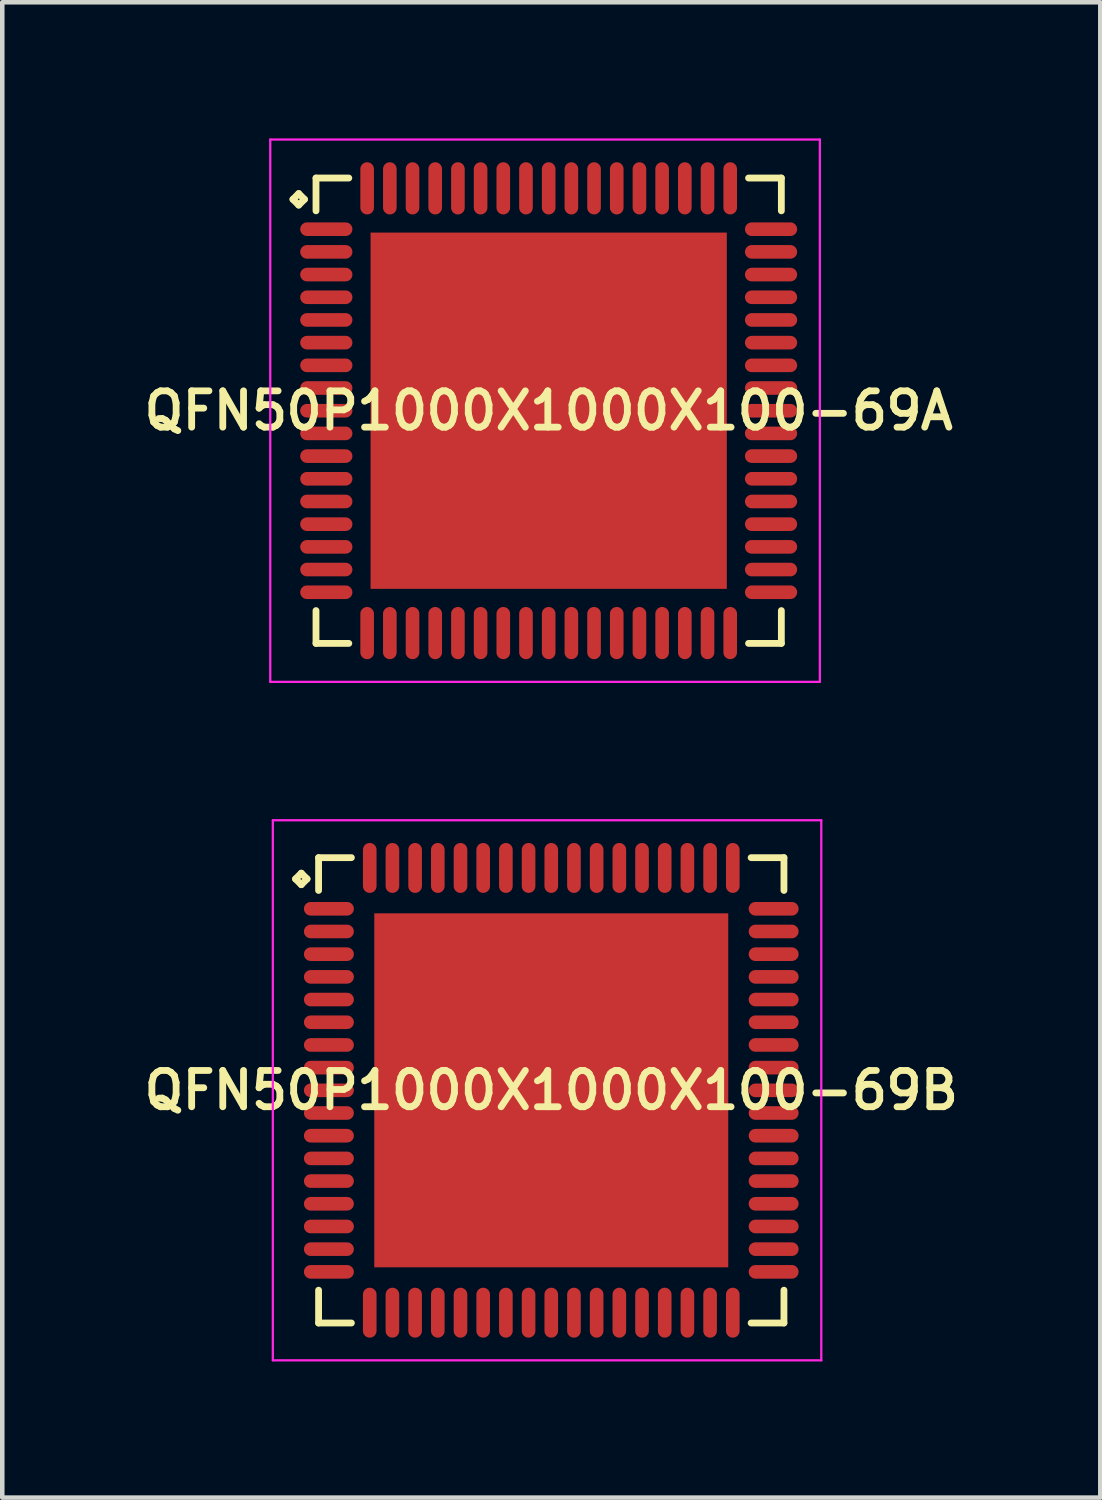
<source format=kicad_pcb>
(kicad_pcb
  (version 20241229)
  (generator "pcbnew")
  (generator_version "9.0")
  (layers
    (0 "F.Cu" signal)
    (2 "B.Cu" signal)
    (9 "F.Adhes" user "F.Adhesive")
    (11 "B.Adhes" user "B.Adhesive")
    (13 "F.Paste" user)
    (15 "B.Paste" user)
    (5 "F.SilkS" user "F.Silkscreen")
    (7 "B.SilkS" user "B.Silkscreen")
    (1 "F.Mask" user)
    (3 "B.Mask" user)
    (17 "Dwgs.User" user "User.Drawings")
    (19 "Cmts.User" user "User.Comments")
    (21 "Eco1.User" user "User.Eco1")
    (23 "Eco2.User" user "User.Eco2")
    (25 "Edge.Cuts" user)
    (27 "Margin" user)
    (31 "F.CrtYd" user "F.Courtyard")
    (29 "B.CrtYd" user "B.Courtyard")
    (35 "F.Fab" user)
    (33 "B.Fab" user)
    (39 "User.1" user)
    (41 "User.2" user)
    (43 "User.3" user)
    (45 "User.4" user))
  (footprint "QFN50P1000X1000X100-69A"
    (layer "F.Cu")
    (at 9.04 6)
    (property "Reference" "QFN50P1000X1000X100-69A" (at 0 0 0) (layer "F.SilkS") (effects (font (size 0.8 0.8) (thickness 0.15))))
    (attr smd)
    (fp_line (start -5.635 -4.658) (end -5.508 -4.785) (stroke (width 0.15) (type solid)) (layer "F.SilkS"))
    (fp_line (start -5.508 -4.785) (end -5.381 -4.658) (stroke (width 0.15) (type solid)) (layer "F.SilkS"))
    (fp_line (start -5.508 -4.531) (end -5.635 -4.658) (stroke (width 0.15) (type solid)) (layer "F.SilkS"))
    (fp_line (start -5.381 -4.658) (end -5.508 -4.531) (stroke (width 0.15) (type solid)) (layer "F.SilkS"))
    (fp_line (start -5.127 -5.127) (end -4.404 -5.127) (stroke (width 0.15) (type solid)) (layer "F.SilkS"))
    (fp_line (start -5.127 -4.404) (end -5.127 -5.127) (stroke (width 0.15) (type solid)) (layer "F.SilkS"))
    (fp_line (start -5.127 4.404) (end -5.127 5.127) (stroke (width 0.15) (type solid)) (layer "F.SilkS"))
    (fp_line (start -5.127 5.127) (end -4.404 5.127) (stroke (width 0.15) (type solid)) (layer "F.SilkS"))
    (fp_line (start 4.404 -5.127) (end 5.127 -5.127) (stroke (width 0.15) (type solid)) (layer "F.SilkS"))
    (fp_line (start 4.404 5.127) (end 5.127 5.127) (stroke (width 0.15) (type solid)) (layer "F.SilkS"))
    (fp_line (start 5.127 -5.127) (end 5.127 -4.404) (stroke (width 0.15) (type solid)) (layer "F.SilkS"))
    (fp_line (start 5.127 5.127) (end 5.127 4.404) (stroke (width 0.15) (type solid)) (layer "F.SilkS"))
    (fp_line (start -6.135 -5.975) (end 5.975 -5.975) (stroke (width 0.05) (type solid)) (layer "F.CrtYd"))
    (fp_line (start -6.135 5.975) (end -6.135 -5.975) (stroke (width 0.05) (type solid)) (layer "F.CrtYd"))
    (fp_line (start 5.975 -5.975) (end 5.975 5.975) (stroke (width 0.05) (type solid)) (layer "F.CrtYd"))
    (fp_line (start 5.975 5.975) (end -6.135 5.975) (stroke (width 0.05) (type solid)) (layer "F.CrtYd"))
    (pad "1" smd oval (at -4.9 -4) (size 1.15 0.3) (layers "F.Cu" "F.Mask" "F.Paste"))
    (pad "2" smd oval (at -4.9 -3.5) (size 1.15 0.3) (layers "F.Cu" "F.Mask" "F.Paste"))
    (pad "3" smd oval (at -4.9 -3) (size 1.15 0.3) (layers "F.Cu" "F.Mask" "F.Paste"))
    (pad "4" smd oval (at -4.9 -2.5) (size 1.15 0.3) (layers "F.Cu" "F.Mask" "F.Paste"))
    (pad "5" smd oval (at -4.9 -2) (size 1.15 0.3) (layers "F.Cu" "F.Mask" "F.Paste"))
    (pad "6" smd oval (at -4.9 -1.5) (size 1.15 0.3) (layers "F.Cu" "F.Mask" "F.Paste"))
    (pad "7" smd oval (at -4.9 -1) (size 1.15 0.3) (layers "F.Cu" "F.Mask" "F.Paste"))
    (pad "8" smd oval (at -4.9 -0.5) (size 1.15 0.3) (layers "F.Cu" "F.Mask" "F.Paste"))
    (pad "9" smd oval (at -4.9 0) (size 1.15 0.3) (layers "F.Cu" "F.Mask" "F.Paste"))
    (pad "10" smd oval (at -4.9 0.5) (size 1.15 0.3) (layers "F.Cu" "F.Mask" "F.Paste"))
    (pad "11" smd oval (at -4.9 1) (size 1.15 0.3) (layers "F.Cu" "F.Mask" "F.Paste"))
    (pad "12" smd oval (at -4.9 1.5) (size 1.15 0.3) (layers "F.Cu" "F.Mask" "F.Paste"))
    (pad "13" smd oval (at -4.9 2) (size 1.15 0.3) (layers "F.Cu" "F.Mask" "F.Paste"))
    (pad "14" smd oval (at -4.9 2.5) (size 1.15 0.3) (layers "F.Cu" "F.Mask" "F.Paste"))
    (pad "15" smd oval (at -4.9 3) (size 1.15 0.3) (layers "F.Cu" "F.Mask" "F.Paste"))
    (pad "16" smd oval (at -4.9 3.5) (size 1.15 0.3) (layers "F.Cu" "F.Mask" "F.Paste"))
    (pad "17" smd oval (at -4.9 4) (size 1.15 0.3) (layers "F.Cu" "F.Mask" "F.Paste"))
    (pad "18" smd oval (at -4 4.9) (size 0.3 1.15) (layers "F.Cu" "F.Mask" "F.Paste"))
    (pad "19" smd oval (at -3.5 4.9) (size 0.3 1.15) (layers "F.Cu" "F.Mask" "F.Paste"))
    (pad "20" smd oval (at -3 4.9) (size 0.3 1.15) (layers "F.Cu" "F.Mask" "F.Paste"))
    (pad "21" smd oval (at -2.5 4.9) (size 0.3 1.15) (layers "F.Cu" "F.Mask" "F.Paste"))
    (pad "22" smd oval (at -2 4.9) (size 0.3 1.15) (layers "F.Cu" "F.Mask" "F.Paste"))
    (pad "23" smd oval (at -1.5 4.9) (size 0.3 1.15) (layers "F.Cu" "F.Mask" "F.Paste"))
    (pad "24" smd oval (at -1 4.9) (size 0.3 1.15) (layers "F.Cu" "F.Mask" "F.Paste"))
    (pad "25" smd oval (at -0.5 4.9) (size 0.3 1.15) (layers "F.Cu" "F.Mask" "F.Paste"))
    (pad "26" smd oval (at 0 4.9) (size 0.3 1.15) (layers "F.Cu" "F.Mask" "F.Paste"))
    (pad "27" smd oval (at 0.5 4.9) (size 0.3 1.15) (layers "F.Cu" "F.Mask" "F.Paste"))
    (pad "28" smd oval (at 1 4.9) (size 0.3 1.15) (layers "F.Cu" "F.Mask" "F.Paste"))
    (pad "29" smd oval (at 1.5 4.9) (size 0.3 1.15) (layers "F.Cu" "F.Mask" "F.Paste"))
    (pad "30" smd oval (at 2 4.9) (size 0.3 1.15) (layers "F.Cu" "F.Mask" "F.Paste"))
    (pad "31" smd oval (at 2.5 4.9) (size 0.3 1.15) (layers "F.Cu" "F.Mask" "F.Paste"))
    (pad "32" smd oval (at 3 4.9) (size 0.3 1.15) (layers "F.Cu" "F.Mask" "F.Paste"))
    (pad "33" smd oval (at 3.5 4.9) (size 0.3 1.15) (layers "F.Cu" "F.Mask" "F.Paste"))
    (pad "34" smd oval (at 4 4.9) (size 0.3 1.15) (layers "F.Cu" "F.Mask" "F.Paste"))
    (pad "35" smd oval (at 4.9 4) (size 1.15 0.3) (layers "F.Cu" "F.Mask" "F.Paste"))
    (pad "36" smd oval (at 4.9 3.5) (size 1.15 0.3) (layers "F.Cu" "F.Mask" "F.Paste"))
    (pad "37" smd oval (at 4.9 3) (size 1.15 0.3) (layers "F.Cu" "F.Mask" "F.Paste"))
    (pad "38" smd oval (at 4.9 2.5) (size 1.15 0.3) (layers "F.Cu" "F.Mask" "F.Paste"))
    (pad "39" smd oval (at 4.9 2) (size 1.15 0.3) (layers "F.Cu" "F.Mask" "F.Paste"))
    (pad "40" smd oval (at 4.9 1.5) (size 1.15 0.3) (layers "F.Cu" "F.Mask" "F.Paste"))
    (pad "41" smd oval (at 4.9 1) (size 1.15 0.3) (layers "F.Cu" "F.Mask" "F.Paste"))
    (pad "42" smd oval (at 4.9 0.5) (size 1.15 0.3) (layers "F.Cu" "F.Mask" "F.Paste"))
    (pad "43" smd oval (at 4.9 0) (size 1.15 0.3) (layers "F.Cu" "F.Mask" "F.Paste"))
    (pad "44" smd oval (at 4.9 -0.5) (size 1.15 0.3) (layers "F.Cu" "F.Mask" "F.Paste"))
    (pad "45" smd oval (at 4.9 -1) (size 1.15 0.3) (layers "F.Cu" "F.Mask" "F.Paste"))
    (pad "46" smd oval (at 4.9 -1.5) (size 1.15 0.3) (layers "F.Cu" "F.Mask" "F.Paste"))
    (pad "47" smd oval (at 4.9 -2) (size 1.15 0.3) (layers "F.Cu" "F.Mask" "F.Paste"))
    (pad "48" smd oval (at 4.9 -2.5) (size 1.15 0.3) (layers "F.Cu" "F.Mask" "F.Paste"))
    (pad "49" smd oval (at 4.9 -3) (size 1.15 0.3) (layers "F.Cu" "F.Mask" "F.Paste"))
    (pad "50" smd oval (at 4.9 -3.5) (size 1.15 0.3) (layers "F.Cu" "F.Mask" "F.Paste"))
    (pad "51" smd oval (at 4.9 -4) (size 1.15 0.3) (layers "F.Cu" "F.Mask" "F.Paste"))
    (pad "52" smd oval (at 4 -4.9) (size 0.3 1.15) (layers "F.Cu" "F.Mask" "F.Paste"))
    (pad "53" smd oval (at 3.5 -4.9) (size 0.3 1.15) (layers "F.Cu" "F.Mask" "F.Paste"))
    (pad "54" smd oval (at 3 -4.9) (size 0.3 1.15) (layers "F.Cu" "F.Mask" "F.Paste"))
    (pad "55" smd oval (at 2.5 -4.9) (size 0.3 1.15) (layers "F.Cu" "F.Mask" "F.Paste"))
    (pad "56" smd oval (at 2 -4.9) (size 0.3 1.15) (layers "F.Cu" "F.Mask" "F.Paste"))
    (pad "57" smd oval (at 1.5 -4.9) (size 0.3 1.15) (layers "F.Cu" "F.Mask" "F.Paste"))
    (pad "58" smd oval (at 1 -4.9) (size 0.3 1.15) (layers "F.Cu" "F.Mask" "F.Paste"))
    (pad "59" smd oval (at 0.5 -4.9) (size 0.3 1.15) (layers "F.Cu" "F.Mask" "F.Paste"))
    (pad "60" smd oval (at 0 -4.9) (size 0.3 1.15) (layers "F.Cu" "F.Mask" "F.Paste"))
    (pad "61" smd oval (at -0.5 -4.9) (size 0.3 1.15) (layers "F.Cu" "F.Mask" "F.Paste"))
    (pad "62" smd oval (at -1 -4.9) (size 0.3 1.15) (layers "F.Cu" "F.Mask" "F.Paste"))
    (pad "63" smd oval (at -1.5 -4.9) (size 0.3 1.15) (layers "F.Cu" "F.Mask" "F.Paste"))
    (pad "64" smd oval (at -2 -4.9) (size 0.3 1.15) (layers "F.Cu" "F.Mask" "F.Paste"))
    (pad "65" smd oval (at -2.5 -4.9) (size 0.3 1.15) (layers "F.Cu" "F.Mask" "F.Paste"))
    (pad "66" smd oval (at -3 -4.9) (size 0.3 1.15) (layers "F.Cu" "F.Mask" "F.Paste"))
    (pad "67" smd oval (at -3.5 -4.9) (size 0.3 1.15) (layers "F.Cu" "F.Mask" "F.Paste"))
    (pad "68" smd oval (at -4 -4.9) (size 0.3 1.15) (layers "F.Cu" "F.Mask" "F.Paste"))
    (pad "69" smd rect (at 0 0) (size 7.85 7.85) (layers "F.Cu" "F.Mask" "F.Paste")))
  (footprint "QFN50P1000X1000X100-69B"
    (layer "F.Cu")
    (at 9.097 20.975)
    (property "Reference" "QFN50P1000X1000X100-69B" (at 0 0 0) (layer "F.SilkS") (effects (font (size 0.8 0.8) (thickness 0.15))))
    (attr smd)
    (fp_line (start -5.635 -4.658) (end -5.508 -4.785) (stroke (width 0.15) (type solid)) (layer "F.SilkS"))
    (fp_line (start -5.508 -4.785) (end -5.381 -4.658) (stroke (width 0.15) (type solid)) (layer "F.SilkS"))
    (fp_line (start -5.508 -4.531) (end -5.635 -4.658) (stroke (width 0.15) (type solid)) (layer "F.SilkS"))
    (fp_line (start -5.381 -4.658) (end -5.508 -4.531) (stroke (width 0.15) (type solid)) (layer "F.SilkS"))
    (fp_line (start -5.127 -5.127) (end -4.404 -5.127) (stroke (width 0.15) (type solid)) (layer "F.SilkS"))
    (fp_line (start -5.127 -4.404) (end -5.127 -5.127) (stroke (width 0.15) (type solid)) (layer "F.SilkS"))
    (fp_line (start -5.127 4.404) (end -5.127 5.127) (stroke (width 0.15) (type solid)) (layer "F.SilkS"))
    (fp_line (start -5.127 5.127) (end -4.404 5.127) (stroke (width 0.15) (type solid)) (layer "F.SilkS"))
    (fp_line (start 4.404 -5.127) (end 5.127 -5.127) (stroke (width 0.15) (type solid)) (layer "F.SilkS"))
    (fp_line (start 4.404 5.127) (end 5.127 5.127) (stroke (width 0.15) (type solid)) (layer "F.SilkS"))
    (fp_line (start 5.127 -5.127) (end 5.127 -4.404) (stroke (width 0.15) (type solid)) (layer "F.SilkS"))
    (fp_line (start 5.127 5.127) (end 5.127 4.404) (stroke (width 0.15) (type solid)) (layer "F.SilkS"))
    (fp_line (start -6.135 -5.95) (end 5.95 -5.95) (stroke (width 0.05) (type solid)) (layer "F.CrtYd"))
    (fp_line (start -6.135 5.95) (end -6.135 -5.95) (stroke (width 0.05) (type solid)) (layer "F.CrtYd"))
    (fp_line (start 5.95 -5.95) (end 5.95 5.95) (stroke (width 0.05) (type solid)) (layer "F.CrtYd"))
    (fp_line (start 5.95 5.95) (end -6.135 5.95) (stroke (width 0.05) (type solid)) (layer "F.CrtYd"))
    (pad "1" smd oval (at -4.9 -4) (size 1.1 0.3) (layers "F.Cu" "F.Mask" "F.Paste"))
    (pad "2" smd oval (at -4.9 -3.5) (size 1.1 0.3) (layers "F.Cu" "F.Mask" "F.Paste"))
    (pad "3" smd oval (at -4.9 -3) (size 1.1 0.3) (layers "F.Cu" "F.Mask" "F.Paste"))
    (pad "4" smd oval (at -4.9 -2.5) (size 1.1 0.3) (layers "F.Cu" "F.Mask" "F.Paste"))
    (pad "5" smd oval (at -4.9 -2) (size 1.1 0.3) (layers "F.Cu" "F.Mask" "F.Paste"))
    (pad "6" smd oval (at -4.9 -1.5) (size 1.1 0.3) (layers "F.Cu" "F.Mask" "F.Paste"))
    (pad "7" smd oval (at -4.9 -1) (size 1.1 0.3) (layers "F.Cu" "F.Mask" "F.Paste"))
    (pad "8" smd oval (at -4.9 -0.5) (size 1.1 0.3) (layers "F.Cu" "F.Mask" "F.Paste"))
    (pad "9" smd oval (at -4.9 0) (size 1.1 0.3) (layers "F.Cu" "F.Mask" "F.Paste"))
    (pad "10" smd oval (at -4.9 0.5) (size 1.1 0.3) (layers "F.Cu" "F.Mask" "F.Paste"))
    (pad "11" smd oval (at -4.9 1) (size 1.1 0.3) (layers "F.Cu" "F.Mask" "F.Paste"))
    (pad "12" smd oval (at -4.9 1.5) (size 1.1 0.3) (layers "F.Cu" "F.Mask" "F.Paste"))
    (pad "13" smd oval (at -4.9 2) (size 1.1 0.3) (layers "F.Cu" "F.Mask" "F.Paste"))
    (pad "14" smd oval (at -4.9 2.5) (size 1.1 0.3) (layers "F.Cu" "F.Mask" "F.Paste"))
    (pad "15" smd oval (at -4.9 3) (size 1.1 0.3) (layers "F.Cu" "F.Mask" "F.Paste"))
    (pad "16" smd oval (at -4.9 3.5) (size 1.1 0.3) (layers "F.Cu" "F.Mask" "F.Paste"))
    (pad "17" smd oval (at -4.9 4) (size 1.1 0.3) (layers "F.Cu" "F.Mask" "F.Paste"))
    (pad "18" smd oval (at -4 4.9) (size 0.3 1.1) (layers "F.Cu" "F.Mask" "F.Paste"))
    (pad "19" smd oval (at -3.5 4.9) (size 0.3 1.1) (layers "F.Cu" "F.Mask" "F.Paste"))
    (pad "20" smd oval (at -3 4.9) (size 0.3 1.1) (layers "F.Cu" "F.Mask" "F.Paste"))
    (pad "21" smd oval (at -2.5 4.9) (size 0.3 1.1) (layers "F.Cu" "F.Mask" "F.Paste"))
    (pad "22" smd oval (at -2 4.9) (size 0.3 1.1) (layers "F.Cu" "F.Mask" "F.Paste"))
    (pad "23" smd oval (at -1.5 4.9) (size 0.3 1.1) (layers "F.Cu" "F.Mask" "F.Paste"))
    (pad "24" smd oval (at -1 4.9) (size 0.3 1.1) (layers "F.Cu" "F.Mask" "F.Paste"))
    (pad "25" smd oval (at -0.5 4.9) (size 0.3 1.1) (layers "F.Cu" "F.Mask" "F.Paste"))
    (pad "26" smd oval (at 0 4.9) (size 0.3 1.1) (layers "F.Cu" "F.Mask" "F.Paste"))
    (pad "27" smd oval (at 0.5 4.9) (size 0.3 1.1) (layers "F.Cu" "F.Mask" "F.Paste"))
    (pad "28" smd oval (at 1 4.9) (size 0.3 1.1) (layers "F.Cu" "F.Mask" "F.Paste"))
    (pad "29" smd oval (at 1.5 4.9) (size 0.3 1.1) (layers "F.Cu" "F.Mask" "F.Paste"))
    (pad "30" smd oval (at 2 4.9) (size 0.3 1.1) (layers "F.Cu" "F.Mask" "F.Paste"))
    (pad "31" smd oval (at 2.5 4.9) (size 0.3 1.1) (layers "F.Cu" "F.Mask" "F.Paste"))
    (pad "32" smd oval (at 3 4.9) (size 0.3 1.1) (layers "F.Cu" "F.Mask" "F.Paste"))
    (pad "33" smd oval (at 3.5 4.9) (size 0.3 1.1) (layers "F.Cu" "F.Mask" "F.Paste"))
    (pad "34" smd oval (at 4 4.9) (size 0.3 1.1) (layers "F.Cu" "F.Mask" "F.Paste"))
    (pad "35" smd oval (at 4.9 4) (size 1.1 0.3) (layers "F.Cu" "F.Mask" "F.Paste"))
    (pad "36" smd oval (at 4.9 3.5) (size 1.1 0.3) (layers "F.Cu" "F.Mask" "F.Paste"))
    (pad "37" smd oval (at 4.9 3) (size 1.1 0.3) (layers "F.Cu" "F.Mask" "F.Paste"))
    (pad "38" smd oval (at 4.9 2.5) (size 1.1 0.3) (layers "F.Cu" "F.Mask" "F.Paste"))
    (pad "39" smd oval (at 4.9 2) (size 1.1 0.3) (layers "F.Cu" "F.Mask" "F.Paste"))
    (pad "40" smd oval (at 4.9 1.5) (size 1.1 0.3) (layers "F.Cu" "F.Mask" "F.Paste"))
    (pad "41" smd oval (at 4.9 1) (size 1.1 0.3) (layers "F.Cu" "F.Mask" "F.Paste"))
    (pad "42" smd oval (at 4.9 0.5) (size 1.1 0.3) (layers "F.Cu" "F.Mask" "F.Paste"))
    (pad "43" smd oval (at 4.9 0) (size 1.1 0.3) (layers "F.Cu" "F.Mask" "F.Paste"))
    (pad "44" smd oval (at 4.9 -0.5) (size 1.1 0.3) (layers "F.Cu" "F.Mask" "F.Paste"))
    (pad "45" smd oval (at 4.9 -1) (size 1.1 0.3) (layers "F.Cu" "F.Mask" "F.Paste"))
    (pad "46" smd oval (at 4.9 -1.5) (size 1.1 0.3) (layers "F.Cu" "F.Mask" "F.Paste"))
    (pad "47" smd oval (at 4.9 -2) (size 1.1 0.3) (layers "F.Cu" "F.Mask" "F.Paste"))
    (pad "48" smd oval (at 4.9 -2.5) (size 1.1 0.3) (layers "F.Cu" "F.Mask" "F.Paste"))
    (pad "49" smd oval (at 4.9 -3) (size 1.1 0.3) (layers "F.Cu" "F.Mask" "F.Paste"))
    (pad "50" smd oval (at 4.9 -3.5) (size 1.1 0.3) (layers "F.Cu" "F.Mask" "F.Paste"))
    (pad "51" smd oval (at 4.9 -4) (size 1.1 0.3) (layers "F.Cu" "F.Mask" "F.Paste"))
    (pad "52" smd oval (at 4 -4.9) (size 0.3 1.1) (layers "F.Cu" "F.Mask" "F.Paste"))
    (pad "53" smd oval (at 3.5 -4.9) (size 0.3 1.1) (layers "F.Cu" "F.Mask" "F.Paste"))
    (pad "54" smd oval (at 3 -4.9) (size 0.3 1.1) (layers "F.Cu" "F.Mask" "F.Paste"))
    (pad "55" smd oval (at 2.5 -4.9) (size 0.3 1.1) (layers "F.Cu" "F.Mask" "F.Paste"))
    (pad "56" smd oval (at 2 -4.9) (size 0.3 1.1) (layers "F.Cu" "F.Mask" "F.Paste"))
    (pad "57" smd oval (at 1.5 -4.9) (size 0.3 1.1) (layers "F.Cu" "F.Mask" "F.Paste"))
    (pad "58" smd oval (at 1 -4.9) (size 0.3 1.1) (layers "F.Cu" "F.Mask" "F.Paste"))
    (pad "59" smd oval (at 0.5 -4.9) (size 0.3 1.1) (layers "F.Cu" "F.Mask" "F.Paste"))
    (pad "60" smd oval (at 0 -4.9) (size 0.3 1.1) (layers "F.Cu" "F.Mask" "F.Paste"))
    (pad "61" smd oval (at -0.5 -4.9) (size 0.3 1.1) (layers "F.Cu" "F.Mask" "F.Paste"))
    (pad "62" smd oval (at -1 -4.9) (size 0.3 1.1) (layers "F.Cu" "F.Mask" "F.Paste"))
    (pad "63" smd oval (at -1.5 -4.9) (size 0.3 1.1) (layers "F.Cu" "F.Mask" "F.Paste"))
    (pad "64" smd oval (at -2 -4.9) (size 0.3 1.1) (layers "F.Cu" "F.Mask" "F.Paste"))
    (pad "65" smd oval (at -2.5 -4.9) (size 0.3 1.1) (layers "F.Cu" "F.Mask" "F.Paste"))
    (pad "66" smd oval (at -3 -4.9) (size 0.3 1.1) (layers "F.Cu" "F.Mask" "F.Paste"))
    (pad "67" smd oval (at -3.5 -4.9) (size 0.3 1.1) (layers "F.Cu" "F.Mask" "F.Paste"))
    (pad "68" smd oval (at -4 -4.9) (size 0.3 1.1) (layers "F.Cu" "F.Mask" "F.Paste"))
    (pad "69" smd rect (at 0 0) (size 7.8 7.8) (layers "F.Cu" "F.Mask" "F.Paste")))
  (gr_rect
    (start -3 -3)
    (end 21.195 29.95)
    (stroke (width 0.1) (type default))
    (fill no)
    (layer "Edge.Cuts")))
</source>
